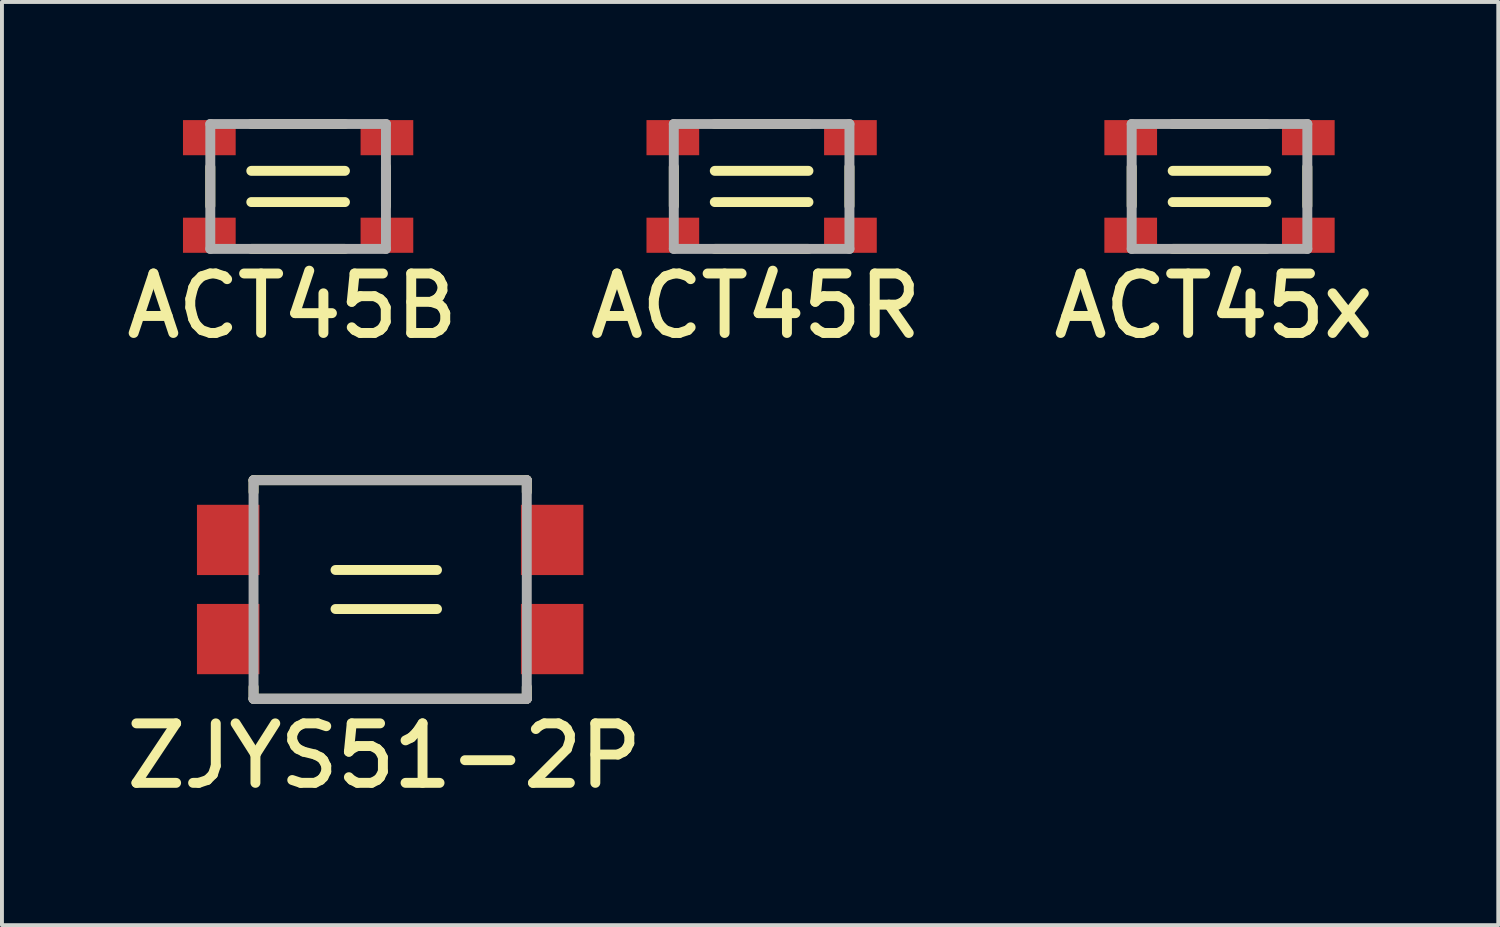
<source format=kicad_pcb>
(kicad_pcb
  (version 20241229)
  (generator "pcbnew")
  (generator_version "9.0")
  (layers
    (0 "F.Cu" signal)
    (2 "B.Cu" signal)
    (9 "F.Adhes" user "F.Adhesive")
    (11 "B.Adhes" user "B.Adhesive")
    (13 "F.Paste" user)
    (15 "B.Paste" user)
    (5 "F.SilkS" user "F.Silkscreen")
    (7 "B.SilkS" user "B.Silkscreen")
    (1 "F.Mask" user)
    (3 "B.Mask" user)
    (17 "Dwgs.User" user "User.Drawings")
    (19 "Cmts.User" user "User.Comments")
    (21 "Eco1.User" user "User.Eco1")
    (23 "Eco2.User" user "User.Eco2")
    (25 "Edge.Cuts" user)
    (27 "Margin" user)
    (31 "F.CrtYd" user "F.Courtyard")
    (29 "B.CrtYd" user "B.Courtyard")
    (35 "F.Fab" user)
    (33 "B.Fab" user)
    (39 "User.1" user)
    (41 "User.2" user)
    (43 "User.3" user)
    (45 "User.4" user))
  (footprint "ACT45R"
    (layer "F.Cu")
    (at 16.463 1.727)
    (property "Reference" "ACT45R" (at -0.15 3.062 0) (layer "F.SilkS") (effects (font (size 1.524 1.524) (thickness 0.254))))
    (attr through_hole)
    (fp_line (start -2.25 -0.5) (end -2.25 0.5) (stroke (width 0.254) (type solid)) (layer "F.SilkS"))
    (fp_line (start -1.2 -1.6) (end 1.2 -1.6) (stroke (width 0.254) (type solid)) (layer "F.SilkS"))
    (fp_line (start -1.2 -0.4) (end 1.2 -0.4) (stroke (width 0.254) (type solid)) (layer "F.SilkS"))
    (fp_line (start -1.2 0.4) (end 1.2 0.4) (stroke (width 0.254) (type solid)) (layer "F.SilkS"))
    (fp_line (start -1.2 1.6) (end 1.2 1.6) (stroke (width 0.254) (type solid)) (layer "F.SilkS"))
    (fp_line (start 2.25 -0.5) (end 2.25 0.5) (stroke (width 0.254) (type solid)) (layer "F.SilkS"))
    (fp_line (start -2.25 -1.6) (end 2.25 -1.6) (stroke (width 0.254) (type solid)) (layer "F.Fab"))
    (fp_line (start -2.25 1.6) (end -2.25 -1.6) (stroke (width 0.254) (type solid)) (layer "F.Fab"))
    (fp_line (start 2.25 -1.6) (end 2.25 1.6) (stroke (width 0.254) (type solid)) (layer "F.Fab"))
    (fp_line (start 2.25 1.6) (end -2.25 1.6) (stroke (width 0.254) (type solid)) (layer "F.Fab"))
    (pad "1" smd rect (at -2.275 -1.25) (size 1.35 0.9) (layers "F.Cu" "F.Mask" "F.Paste"))
    (pad "2" smd rect (at -2.275 1.25) (size 1.35 0.9) (layers "F.Cu" "F.Mask" "F.Paste"))
    (pad "3" smd rect (at 2.275 1.25) (size 1.35 0.9) (layers "F.Cu" "F.Mask" "F.Paste"))
    (pad "4" smd rect (at 2.275 -1.25) (size 1.35 0.9) (layers "F.Cu" "F.Mask" "F.Paste")))
  (footprint "ACT45x"
    (layer "F.Cu")
    (at 28.194 1.727)
    (property "Reference" "ACT45x" (at -0.15 3.062 0) (layer "F.SilkS") (effects (font (size 1.524 1.524) (thickness 0.254))))
    (attr through_hole)
    (fp_line (start -2.25 -0.5) (end -2.25 0.5) (stroke (width 0.254) (type solid)) (layer "F.SilkS"))
    (fp_line (start -1.2 -1.6) (end 1.2 -1.6) (stroke (width 0.254) (type solid)) (layer "F.SilkS"))
    (fp_line (start -1.2 -0.4) (end 1.2 -0.4) (stroke (width 0.254) (type solid)) (layer "F.SilkS"))
    (fp_line (start -1.2 0.4) (end 1.2 0.4) (stroke (width 0.254) (type solid)) (layer "F.SilkS"))
    (fp_line (start -1.2 1.6) (end 1.2 1.6) (stroke (width 0.254) (type solid)) (layer "F.SilkS"))
    (fp_line (start 2.25 -0.5) (end 2.25 0.5) (stroke (width 0.254) (type solid)) (layer "F.SilkS"))
    (fp_line (start -2.25 -1.6) (end 2.25 -1.6) (stroke (width 0.254) (type solid)) (layer "F.Fab"))
    (fp_line (start -2.25 1.6) (end -2.25 -1.6) (stroke (width 0.254) (type solid)) (layer "F.Fab"))
    (fp_line (start 2.25 -1.6) (end 2.25 1.6) (stroke (width 0.254) (type solid)) (layer "F.Fab"))
    (fp_line (start 2.25 1.6) (end -2.25 1.6) (stroke (width 0.254) (type solid)) (layer "F.Fab"))
    (pad "1" smd rect (at -2.275 -1.25) (size 1.35 0.9) (layers "F.Cu" "F.Mask" "F.Paste"))
    (pad "2" smd rect (at -2.275 1.25) (size 1.35 0.9) (layers "F.Cu" "F.Mask" "F.Paste"))
    (pad "3" smd rect (at 2.275 1.25) (size 1.35 0.9) (layers "F.Cu" "F.Mask" "F.Paste"))
    (pad "4" smd rect (at 2.275 -1.25) (size 1.35 0.9) (layers "F.Cu" "F.Mask" "F.Paste")))
  (footprint "ACT45B"
    (layer "F.Cu")
    (at 4.588 1.727)
    (property "Reference" "ACT45B" (at -0.15 3.062 0) (layer "F.SilkS") (effects (font (size 1.524 1.524) (thickness 0.254))))
    (attr through_hole)
    (fp_line (start -2.25 -0.5) (end -2.25 0.5) (stroke (width 0.254) (type solid)) (layer "F.SilkS"))
    (fp_line (start -1.2 -1.6) (end 1.2 -1.6) (stroke (width 0.254) (type solid)) (layer "F.SilkS"))
    (fp_line (start -1.2 -0.4) (end 1.2 -0.4) (stroke (width 0.254) (type solid)) (layer "F.SilkS"))
    (fp_line (start -1.2 0.4) (end 1.2 0.4) (stroke (width 0.254) (type solid)) (layer "F.SilkS"))
    (fp_line (start -1.2 1.6) (end 1.2 1.6) (stroke (width 0.254) (type solid)) (layer "F.SilkS"))
    (fp_line (start 2.25 -0.5) (end 2.25 0.5) (stroke (width 0.254) (type solid)) (layer "F.SilkS"))
    (fp_line (start -2.25 -1.6) (end 2.25 -1.6) (stroke (width 0.254) (type solid)) (layer "F.Fab"))
    (fp_line (start -2.25 1.6) (end -2.25 -1.6) (stroke (width 0.254) (type solid)) (layer "F.Fab"))
    (fp_line (start 2.25 -1.6) (end 2.25 1.6) (stroke (width 0.254) (type solid)) (layer "F.Fab"))
    (fp_line (start 2.25 1.6) (end -2.25 1.6) (stroke (width 0.254) (type solid)) (layer "F.Fab"))
    (pad "1" smd rect (at -2.275 -1.25) (size 1.35 0.9) (layers "F.Cu" "F.Mask" "F.Paste"))
    (pad "2" smd rect (at -2.275 1.25) (size 1.35 0.9) (layers "F.Cu" "F.Mask" "F.Paste"))
    (pad "3" smd rect (at 2.275 1.25) (size 1.35 0.9) (layers "F.Cu" "F.Mask" "F.Paste"))
    (pad "4" smd rect (at 2.275 -1.25) (size 1.35 0.9) (layers "F.Cu" "F.Mask" "F.Paste")))
  (footprint "ZJYS51-2P"
    (layer "F.Cu")
    (at 6.946 12.053)
    (property "Reference" "ZJYS51-2P" (at -0.15 4.262 0) (layer "F.SilkS") (effects (font (size 1.524 1.524) (thickness 0.254))))
    (attr through_hole)
    (fp_line (start -3.5 -2.8) (end 3.5 -2.8) (stroke (width 0.254) (type solid)) (layer "F.SilkS"))
    (fp_line (start -3.5 -2.5) (end -3.5 -2.8) (stroke (width 0.254) (type solid)) (layer "F.SilkS"))
    (fp_line (start -3.5 2.8) (end -3.5 2.5) (stroke (width 0.254) (type solid)) (layer "F.SilkS"))
    (fp_line (start -3.5 2.8) (end 3.5 2.8) (stroke (width 0.254) (type solid)) (layer "F.SilkS"))
    (fp_line (start -1.4 -0.5) (end 1.2 -0.5) (stroke (width 0.254) (type solid)) (layer "F.SilkS"))
    (fp_line (start -1.4 0.5) (end 1.2 0.5) (stroke (width 0.254) (type solid)) (layer "F.SilkS"))
    (fp_line (start 3.5 -2.8) (end 3.5 -2.5) (stroke (width 0.254) (type solid)) (layer "F.SilkS"))
    (fp_line (start 3.5 2.5) (end 3.5 2.8) (stroke (width 0.254) (type solid)) (layer "F.SilkS"))
    (fp_line (start -3.5 -2.8) (end 3.5 -2.8) (stroke (width 0.254) (type solid)) (layer "F.Fab"))
    (fp_line (start -3.5 2.8) (end -3.5 -2.8) (stroke (width 0.254) (type solid)) (layer "F.Fab"))
    (fp_line (start -3.5 2.8) (end 3.5 2.8) (stroke (width 0.254) (type solid)) (layer "F.Fab"))
    (fp_line (start 3.5 -2.8) (end 3.5 2.8) (stroke (width 0.254) (type solid)) (layer "F.Fab"))
    (fp_line (start 3.5 2.8) (end -3.5 2.8) (stroke (width 0.254) (type solid)) (layer "F.Fab"))
    (pad "1" smd rect (at -4.15 -1.27) (size 1.6 1.8) (layers "F.Cu" "F.Mask" "F.Paste"))
    (pad "2" smd rect (at -4.15 1.27) (size 1.6 1.8) (layers "F.Cu" "F.Mask" "F.Paste"))
    (pad "3" smd rect (at 4.15 1.27) (size 1.6 1.8) (layers "F.Cu" "F.Mask" "F.Paste"))
    (pad "4" smd rect (at 4.15 -1.27) (size 1.6 1.8) (layers "F.Cu" "F.Mask" "F.Paste")))
  (gr_rect
    (start -3 -3)
    (end 35.336 20.653)
    (stroke (width 0.1) (type default))
    (fill no)
    (layer "Edge.Cuts")))
</source>
